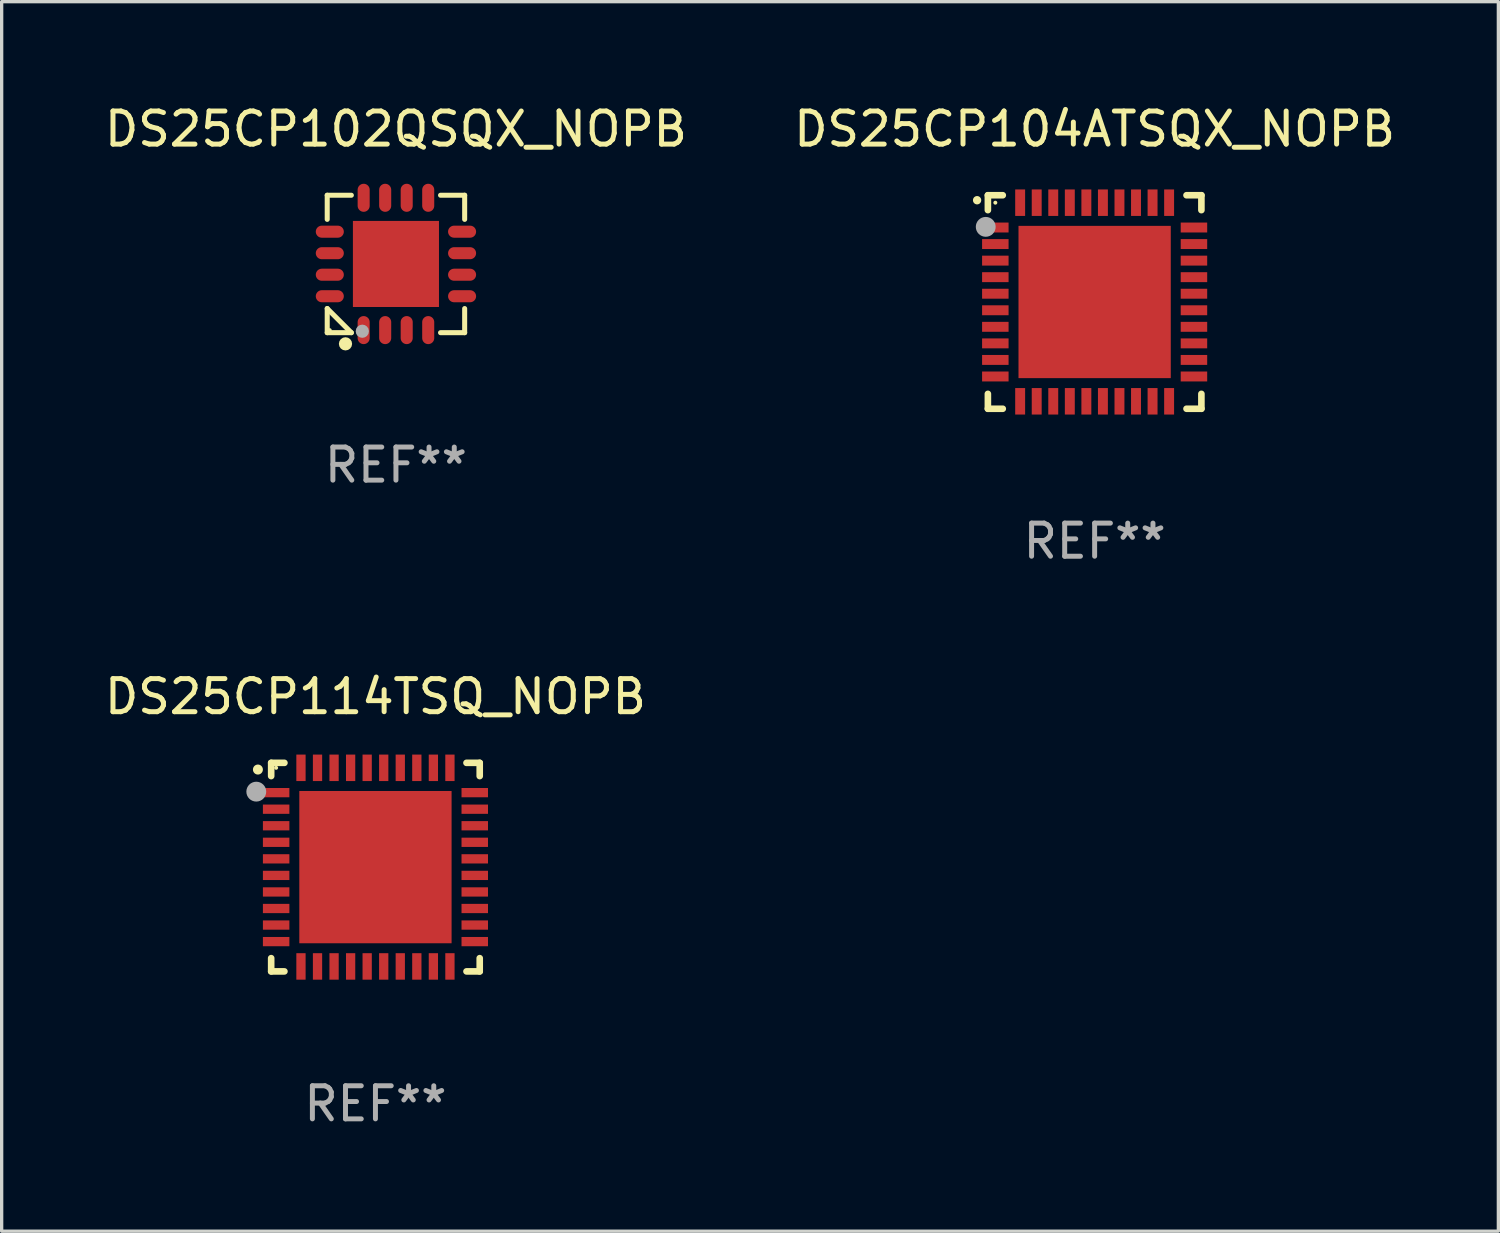
<source format=kicad_pcb>
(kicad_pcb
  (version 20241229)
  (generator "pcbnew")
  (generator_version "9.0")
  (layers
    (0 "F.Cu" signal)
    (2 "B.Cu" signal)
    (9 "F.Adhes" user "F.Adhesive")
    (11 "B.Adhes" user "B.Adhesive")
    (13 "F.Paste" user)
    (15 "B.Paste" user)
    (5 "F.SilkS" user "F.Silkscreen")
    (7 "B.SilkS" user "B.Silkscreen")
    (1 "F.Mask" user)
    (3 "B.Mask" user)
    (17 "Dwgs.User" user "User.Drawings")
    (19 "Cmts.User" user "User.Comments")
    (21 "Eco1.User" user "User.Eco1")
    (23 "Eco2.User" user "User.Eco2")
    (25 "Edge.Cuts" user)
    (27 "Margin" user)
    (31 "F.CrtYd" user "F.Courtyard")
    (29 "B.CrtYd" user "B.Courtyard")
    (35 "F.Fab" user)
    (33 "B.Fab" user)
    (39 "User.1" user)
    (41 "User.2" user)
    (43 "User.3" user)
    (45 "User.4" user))
  (footprint "DS25CP114TSQ_NOPB"
    (layer "F.Cu")
    (at 8.292 23.145)
    (property "Reference" "DS25CP114TSQ_NOPB" (at 0 -5.15 0) (layer "F.SilkS") (effects (font (size 1 1) (thickness 0.15))))
    (attr through_hole)
    (fp_line (start -3.15 -3.15) (end -2.75 -3.15) (stroke (width 0.2) (type solid)) (layer "F.SilkS"))
    (fp_line (start -3.15 -2.75) (end -3.15 -3.15) (stroke (width 0.2) (type solid)) (layer "F.SilkS"))
    (fp_line (start -3.15 3.15) (end -3.15 2.75) (stroke (width 0.2) (type solid)) (layer "F.SilkS"))
    (fp_line (start -2.75 3.15) (end -3.15 3.15) (stroke (width 0.2) (type solid)) (layer "F.SilkS"))
    (fp_line (start 2.75 -3.15) (end 3.15 -3.15) (stroke (width 0.2) (type solid)) (layer "F.SilkS"))
    (fp_line (start 2.75 3.15) (end 3.15 3.15) (stroke (width 0.2) (type solid)) (layer "F.SilkS"))
    (fp_line (start 3.15 -3.15) (end 3.15 -2.75) (stroke (width 0.2) (type solid)) (layer "F.SilkS"))
    (fp_line (start 3.15 3.15) (end 3.15 2.75) (stroke (width 0.2) (type solid)) (layer "F.SilkS"))
    (fp_arc (start -3.550927 -2.946406) (mid -3.550932 -2.947676) (end -3.550927 -2.948946) (stroke (width 0.3) (type solid)) (layer "F.SilkS"))
    (fp_circle (center -3 -3) (end -2.97 -3) (stroke (width 0.06) (type solid)) (fill no) (layer "F.SilkS"))
    (fp_circle (center -3.6 -2.28) (end -3.45 -2.28) (stroke (width 0.3) (type solid)) (fill no) (layer "F.Fab"))
    (fp_text user "REF**" (at 0 7.15 0) (layer "F.Fab") (effects (font (size 1 1) (thickness 0.15))))
    (pad "1" smd rect (at -3 -2.25 90) (size 0.28 0.8) (layers "F.Cu" "F.Mask" "F.Paste"))
    (pad "2" smd rect (at -3 -1.75 90) (size 0.28 0.8) (layers "F.Cu" "F.Mask" "F.Paste"))
    (pad "3" smd rect (at -3 -1.25 90) (size 0.28 0.8) (layers "F.Cu" "F.Mask" "F.Paste"))
    (pad "4" smd rect (at -3 -0.75 90) (size 0.28 0.8) (layers "F.Cu" "F.Mask" "F.Paste"))
    (pad "5" smd rect (at -3 -0.25 90) (size 0.28 0.8) (layers "F.Cu" "F.Mask" "F.Paste"))
    (pad "6" smd rect (at -3 0.25 90) (size 0.28 0.8) (layers "F.Cu" "F.Mask" "F.Paste"))
    (pad "7" smd rect (at -3 0.75 90) (size 0.28 0.8) (layers "F.Cu" "F.Mask" "F.Paste"))
    (pad "8" smd rect (at -3 1.25 90) (size 0.28 0.8) (layers "F.Cu" "F.Mask" "F.Paste"))
    (pad "9" smd rect (at -3 1.75 90) (size 0.28 0.8) (layers "F.Cu" "F.Mask" "F.Paste"))
    (pad "10" smd rect (at -3 2.25 90) (size 0.28 0.8) (layers "F.Cu" "F.Mask" "F.Paste"))
    (pad "11" smd rect (at -2.25 3) (size 0.28 0.8) (layers "F.Cu" "F.Mask" "F.Paste"))
    (pad "12" smd rect (at -1.75 3) (size 0.28 0.8) (layers "F.Cu" "F.Mask" "F.Paste"))
    (pad "13" smd rect (at -1.25 3) (size 0.28 0.8) (layers "F.Cu" "F.Mask" "F.Paste"))
    (pad "14" smd rect (at -0.75 3) (size 0.28 0.8) (layers "F.Cu" "F.Mask" "F.Paste"))
    (pad "15" smd rect (at -0.25 3) (size 0.28 0.8) (layers "F.Cu" "F.Mask" "F.Paste"))
    (pad "16" smd rect (at 0.25 3) (size 0.28 0.8) (layers "F.Cu" "F.Mask" "F.Paste"))
    (pad "17" smd rect (at 0.75 3) (size 0.28 0.8) (layers "F.Cu" "F.Mask" "F.Paste"))
    (pad "18" smd rect (at 1.25 3) (size 0.28 0.8) (layers "F.Cu" "F.Mask" "F.Paste"))
    (pad "19" smd rect (at 1.75 3) (size 0.28 0.8) (layers "F.Cu" "F.Mask" "F.Paste"))
    (pad "20" smd rect (at 2.25 3) (size 0.28 0.8) (layers "F.Cu" "F.Mask" "F.Paste"))
    (pad "21" smd rect (at 3 2.25 90) (size 0.28 0.8) (layers "F.Cu" "F.Mask" "F.Paste"))
    (pad "22" smd rect (at 3 1.75 90) (size 0.28 0.8) (layers "F.Cu" "F.Mask" "F.Paste"))
    (pad "23" smd rect (at 3 1.25 90) (size 0.28 0.8) (layers "F.Cu" "F.Mask" "F.Paste"))
    (pad "24" smd rect (at 3 0.75 90) (size 0.28 0.8) (layers "F.Cu" "F.Mask" "F.Paste"))
    (pad "25" smd rect (at 3 0.25 90) (size 0.28 0.8) (layers "F.Cu" "F.Mask" "F.Paste"))
    (pad "26" smd rect (at 3 -0.25 90) (size 0.28 0.8) (layers "F.Cu" "F.Mask" "F.Paste"))
    (pad "27" smd rect (at 3 -0.75 90) (size 0.28 0.8) (layers "F.Cu" "F.Mask" "F.Paste"))
    (pad "28" smd rect (at 3 -1.25 90) (size 0.28 0.8) (layers "F.Cu" "F.Mask" "F.Paste"))
    (pad "29" smd rect (at 3 -1.75 90) (size 0.28 0.8) (layers "F.Cu" "F.Mask" "F.Paste"))
    (pad "30" smd rect (at 3 -2.25 90) (size 0.28 0.8) (layers "F.Cu" "F.Mask" "F.Paste"))
    (pad "31" smd rect (at 2.25 -3) (size 0.28 0.8) (layers "F.Cu" "F.Mask" "F.Paste"))
    (pad "32" smd rect (at 1.75 -3) (size 0.28 0.8) (layers "F.Cu" "F.Mask" "F.Paste"))
    (pad "33" smd rect (at 1.25 -3) (size 0.28 0.8) (layers "F.Cu" "F.Mask" "F.Paste"))
    (pad "34" smd rect (at 0.75 -3) (size 0.28 0.8) (layers "F.Cu" "F.Mask" "F.Paste"))
    (pad "35" smd rect (at 0.25 -3) (size 0.28 0.8) (layers "F.Cu" "F.Mask" "F.Paste"))
    (pad "36" smd rect (at -0.25 -3) (size 0.28 0.8) (layers "F.Cu" "F.Mask" "F.Paste"))
    (pad "37" smd rect (at -0.75 -3) (size 0.28 0.8) (layers "F.Cu" "F.Mask" "F.Paste"))
    (pad "38" smd rect (at -1.25 -3) (size 0.28 0.8) (layers "F.Cu" "F.Mask" "F.Paste"))
    (pad "39" smd rect (at -1.75 -3) (size 0.28 0.8) (layers "F.Cu" "F.Mask" "F.Paste"))
    (pad "40" smd rect (at -2.25 -3) (size 0.28 0.8) (layers "F.Cu" "F.Mask" "F.Paste"))
    (pad "41" smd rect (at -0.000102 0) (size 4.6 4.6) (layers "F.Cu" "F.Mask" "F.Paste")))
  (footprint "DS25CP104ATSQX_NOPB"
    (layer "F.Cu")
    (at 30.018 6.073)
    (property "Reference" "DS25CP104ATSQX_NOPB" (at 0 -5.225 0) (layer "F.SilkS") (effects (font (size 1 1) (thickness 0.15))))
    (attr through_hole)
    (fp_line (start -3.225 -3.225) (end -2.775 -3.225) (stroke (width 0.2) (type solid)) (layer "F.SilkS"))
    (fp_line (start -3.225 -2.775) (end -3.225 -3.225) (stroke (width 0.2) (type solid)) (layer "F.SilkS"))
    (fp_line (start -3.225 2.775) (end -3.225 3.225) (stroke (width 0.2) (type solid)) (layer "F.SilkS"))
    (fp_line (start -3.225 3.225) (end -2.775 3.225) (stroke (width 0.2) (type solid)) (layer "F.SilkS"))
    (fp_line (start 2.775 -3.225) (end 3.225 -3.225) (stroke (width 0.2) (type solid)) (layer "F.SilkS"))
    (fp_line (start 2.775 3.225) (end 3.225 3.225) (stroke (width 0.2) (type solid)) (layer "F.SilkS"))
    (fp_line (start 3.225 -3.225) (end 3.225 -2.775) (stroke (width 0.2) (type solid)) (layer "F.SilkS"))
    (fp_line (start 3.225 3.225) (end 3.225 2.775) (stroke (width 0.2) (type solid)) (layer "F.SilkS"))
    (fp_arc (start -3.55094 -3.073406) (mid -3.550946 -3.074676) (end -3.55094 -3.075946) (stroke (width 0.25) (type solid)) (layer "F.SilkS"))
    (fp_circle (center -3 -3) (end -2.97 -3) (stroke (width 0.06) (type solid)) (fill no) (layer "F.SilkS"))
    (fp_circle (center -3.29 -2.27) (end -3.14 -2.27) (stroke (width 0.3) (type solid)) (fill no) (layer "F.Fab"))
    (fp_text user "REF**" (at 0 7.225 0) (layer "F.Fab") (effects (font (size 1 1) (thickness 0.15))))
    (pad "1" smd rect (at -3 -2.25) (size 0.8 0.3) (layers "F.Cu" "F.Mask" "F.Paste"))
    (pad "2" smd rect (at -3 -1.75) (size 0.8 0.3) (layers "F.Cu" "F.Mask" "F.Paste"))
    (pad "3" smd rect (at -3 -1.25) (size 0.8 0.3) (layers "F.Cu" "F.Mask" "F.Paste"))
    (pad "4" smd rect (at -3 -0.75) (size 0.8 0.3) (layers "F.Cu" "F.Mask" "F.Paste"))
    (pad "5" smd rect (at -3 -0.25) (size 0.8 0.3) (layers "F.Cu" "F.Mask" "F.Paste"))
    (pad "6" smd rect (at -3 0.25) (size 0.8 0.3) (layers "F.Cu" "F.Mask" "F.Paste"))
    (pad "7" smd rect (at -3 0.75) (size 0.8 0.3) (layers "F.Cu" "F.Mask" "F.Paste"))
    (pad "8" smd rect (at -3 1.25) (size 0.8 0.3) (layers "F.Cu" "F.Mask" "F.Paste"))
    (pad "9" smd rect (at -3 1.75) (size 0.8 0.3) (layers "F.Cu" "F.Mask" "F.Paste"))
    (pad "10" smd rect (at -3 2.25) (size 0.8 0.3) (layers "F.Cu" "F.Mask" "F.Paste"))
    (pad "11" smd rect (at -2.25 3) (size 0.3 0.8) (layers "F.Cu" "F.Mask" "F.Paste"))
    (pad "12" smd rect (at -1.75 3) (size 0.3 0.8) (layers "F.Cu" "F.Mask" "F.Paste"))
    (pad "13" smd rect (at -1.25 3) (size 0.3 0.8) (layers "F.Cu" "F.Mask" "F.Paste"))
    (pad "14" smd rect (at -0.75 3) (size 0.3 0.8) (layers "F.Cu" "F.Mask" "F.Paste"))
    (pad "15" smd rect (at -0.25 3) (size 0.3 0.8) (layers "F.Cu" "F.Mask" "F.Paste"))
    (pad "16" smd rect (at 0.25 3) (size 0.3 0.8) (layers "F.Cu" "F.Mask" "F.Paste"))
    (pad "17" smd rect (at 0.75 3) (size 0.3 0.8) (layers "F.Cu" "F.Mask" "F.Paste"))
    (pad "18" smd rect (at 1.25 3) (size 0.3 0.8) (layers "F.Cu" "F.Mask" "F.Paste"))
    (pad "19" smd rect (at 1.75 3) (size 0.3 0.8) (layers "F.Cu" "F.Mask" "F.Paste"))
    (pad "20" smd rect (at 2.25 3) (size 0.3 0.8) (layers "F.Cu" "F.Mask" "F.Paste"))
    (pad "21" smd rect (at 3 2.25) (size 0.8 0.3) (layers "F.Cu" "F.Mask" "F.Paste"))
    (pad "22" smd rect (at 3 1.75) (size 0.8 0.3) (layers "F.Cu" "F.Mask" "F.Paste"))
    (pad "23" smd rect (at 3 1.25) (size 0.8 0.3) (layers "F.Cu" "F.Mask" "F.Paste"))
    (pad "24" smd rect (at 3 0.75) (size 0.8 0.3) (layers "F.Cu" "F.Mask" "F.Paste"))
    (pad "25" smd rect (at 3 0.25) (size 0.8 0.3) (layers "F.Cu" "F.Mask" "F.Paste"))
    (pad "26" smd rect (at 3 -0.25) (size 0.8 0.3) (layers "F.Cu" "F.Mask" "F.Paste"))
    (pad "27" smd rect (at 3 -0.75) (size 0.8 0.3) (layers "F.Cu" "F.Mask" "F.Paste"))
    (pad "28" smd rect (at 3 -1.25) (size 0.8 0.3) (layers "F.Cu" "F.Mask" "F.Paste"))
    (pad "29" smd rect (at 3 -1.75) (size 0.8 0.3) (layers "F.Cu" "F.Mask" "F.Paste"))
    (pad "30" smd rect (at 3 -2.25) (size 0.8 0.3) (layers "F.Cu" "F.Mask" "F.Paste"))
    (pad "31" smd rect (at 2.25 -3) (size 0.3 0.8) (layers "F.Cu" "F.Mask" "F.Paste"))
    (pad "32" smd rect (at 1.75 -3) (size 0.3 0.8) (layers "F.Cu" "F.Mask" "F.Paste"))
    (pad "33" smd rect (at 1.25 -3) (size 0.3 0.8) (layers "F.Cu" "F.Mask" "F.Paste"))
    (pad "34" smd rect (at 0.75 -3) (size 0.3 0.8) (layers "F.Cu" "F.Mask" "F.Paste"))
    (pad "35" smd rect (at 0.25 -3) (size 0.3 0.8) (layers "F.Cu" "F.Mask" "F.Paste"))
    (pad "36" smd rect (at -0.25 -3) (size 0.3 0.8) (layers "F.Cu" "F.Mask" "F.Paste"))
    (pad "37" smd rect (at -0.75 -3) (size 0.3 0.8) (layers "F.Cu" "F.Mask" "F.Paste"))
    (pad "38" smd rect (at -1.25 -3) (size 0.3 0.8) (layers "F.Cu" "F.Mask" "F.Paste"))
    (pad "39" smd rect (at -1.75 -3) (size 0.3 0.8) (layers "F.Cu" "F.Mask" "F.Paste"))
    (pad "40" smd rect (at -2.25 -3) (size 0.3 0.8) (layers "F.Cu" "F.Mask" "F.Paste"))
    (pad "41" smd rect (at -0.000013 0) (size 4.6 4.6) (layers "F.Cu" "F.Mask" "F.Paste")))
  (footprint "DS25CP102QSQX_NOPB"
    (layer "F.Cu")
    (at 8.911 4.924)
    (property "Reference" "DS25CP102QSQX_NOPB" (at 0 -4.076 0) (layer "F.SilkS") (effects (font (size 1 1) (thickness 0.15))))
    (attr through_hole)
    (fp_line (start -2.076 -2.076) (end -1.347 -2.076) (stroke (width 0.152) (type solid)) (layer "F.SilkS"))
    (fp_line (start -2.076 -1.347) (end -2.076 -2.076) (stroke (width 0.152) (type solid)) (layer "F.SilkS"))
    (fp_line (start -2.076 1.347) (end -2.076 2.076) (stroke (width 0.152) (type solid)) (layer "F.SilkS"))
    (fp_line (start -2.076 2.076) (end -1.347 2.076) (stroke (width 0.152) (type solid)) (layer "F.SilkS"))
    (fp_line (start -1.347 2.076) (end -2.076 1.347) (stroke (width 0.152) (type solid)) (layer "F.SilkS"))
    (fp_line (start 2.076 -2.076) (end 1.347 -2.076) (stroke (width 0.152) (type solid)) (layer "F.SilkS"))
    (fp_line (start 2.076 -1.347) (end 2.076 -2.076) (stroke (width 0.152) (type solid)) (layer "F.SilkS"))
    (fp_line (start 2.076 1.347) (end 2.076 2.076) (stroke (width 0.152) (type solid)) (layer "F.SilkS"))
    (fp_line (start 2.076 2.076) (end 1.347 2.076) (stroke (width 0.152) (type solid)) (layer "F.SilkS"))
    (fp_circle (center -2 2) (end -1.97 2) (stroke (width 0.06) (type solid)) (fill no) (layer "F.SilkS"))
    (fp_circle (center -1.524 2.413) (end -1.424 2.413) (stroke (width 0.2) (type solid)) (fill no) (layer "F.SilkS"))
    (fp_circle (center -1.016 2.032) (end -0.916 2.032) (stroke (width 0.2) (type solid)) (fill no) (layer "F.Fab"))
    (fp_text user "REF**" (at 0 6.076 0) (layer "F.Fab") (effects (font (size 1 1) (thickness 0.15))))
    (pad "1" smd oval (at -0.975 1.998) (size 0.364 0.847) (layers "F.Cu" "F.Mask" "F.Paste"))
    (pad "2" smd oval (at -0.325 1.998) (size 0.364 0.847) (layers "F.Cu" "F.Mask" "F.Paste"))
    (pad "3" smd oval (at 0.325 1.998) (size 0.364 0.847) (layers "F.Cu" "F.Mask" "F.Paste"))
    (pad "4" smd oval (at 0.975 1.998) (size 0.364 0.847) (layers "F.Cu" "F.Mask" "F.Paste"))
    (pad "5" smd oval (at 1.998 0.975) (size 0.847 0.364) (layers "F.Cu" "F.Mask" "F.Paste"))
    (pad "6" smd oval (at 1.998 0.325) (size 0.847 0.364) (layers "F.Cu" "F.Mask" "F.Paste"))
    (pad "7" smd oval (at 1.998 -0.325) (size 0.847 0.364) (layers "F.Cu" "F.Mask" "F.Paste"))
    (pad "8" smd oval (at 1.998 -0.975) (size 0.847 0.364) (layers "F.Cu" "F.Mask" "F.Paste"))
    (pad "9" smd oval (at 0.975 -1.999) (size 0.364 0.847) (layers "F.Cu" "F.Mask" "F.Paste"))
    (pad "10" smd oval (at 0.325 -1.999) (size 0.364 0.847) (layers "F.Cu" "F.Mask" "F.Paste"))
    (pad "11" smd oval (at -0.325 -1.999) (size 0.364 0.847) (layers "F.Cu" "F.Mask" "F.Paste"))
    (pad "12" smd oval (at -0.975 -1.999) (size 0.364 0.847) (layers "F.Cu" "F.Mask" "F.Paste"))
    (pad "13" smd oval (at -1.998 -0.975) (size 0.847 0.364) (layers "F.Cu" "F.Mask" "F.Paste"))
    (pad "14" smd oval (at -1.998 -0.325) (size 0.847 0.364) (layers "F.Cu" "F.Mask" "F.Paste"))
    (pad "15" smd oval (at -1.998 0.325) (size 0.847 0.364) (layers "F.Cu" "F.Mask" "F.Paste"))
    (pad "16" smd oval (at -1.998 0.975) (size 0.847 0.364) (layers "F.Cu" "F.Mask" "F.Paste"))
    (pad "17" smd rect (at 0 -0.000025) (size 2.6 2.6) (layers "F.Cu" "F.Mask" "F.Paste")))
  (gr_rect
    (start -3 -3)
    (end 42.214 34.143)
    (stroke (width 0.1) (type default))
    (fill no)
    (layer "Edge.Cuts")))
</source>
